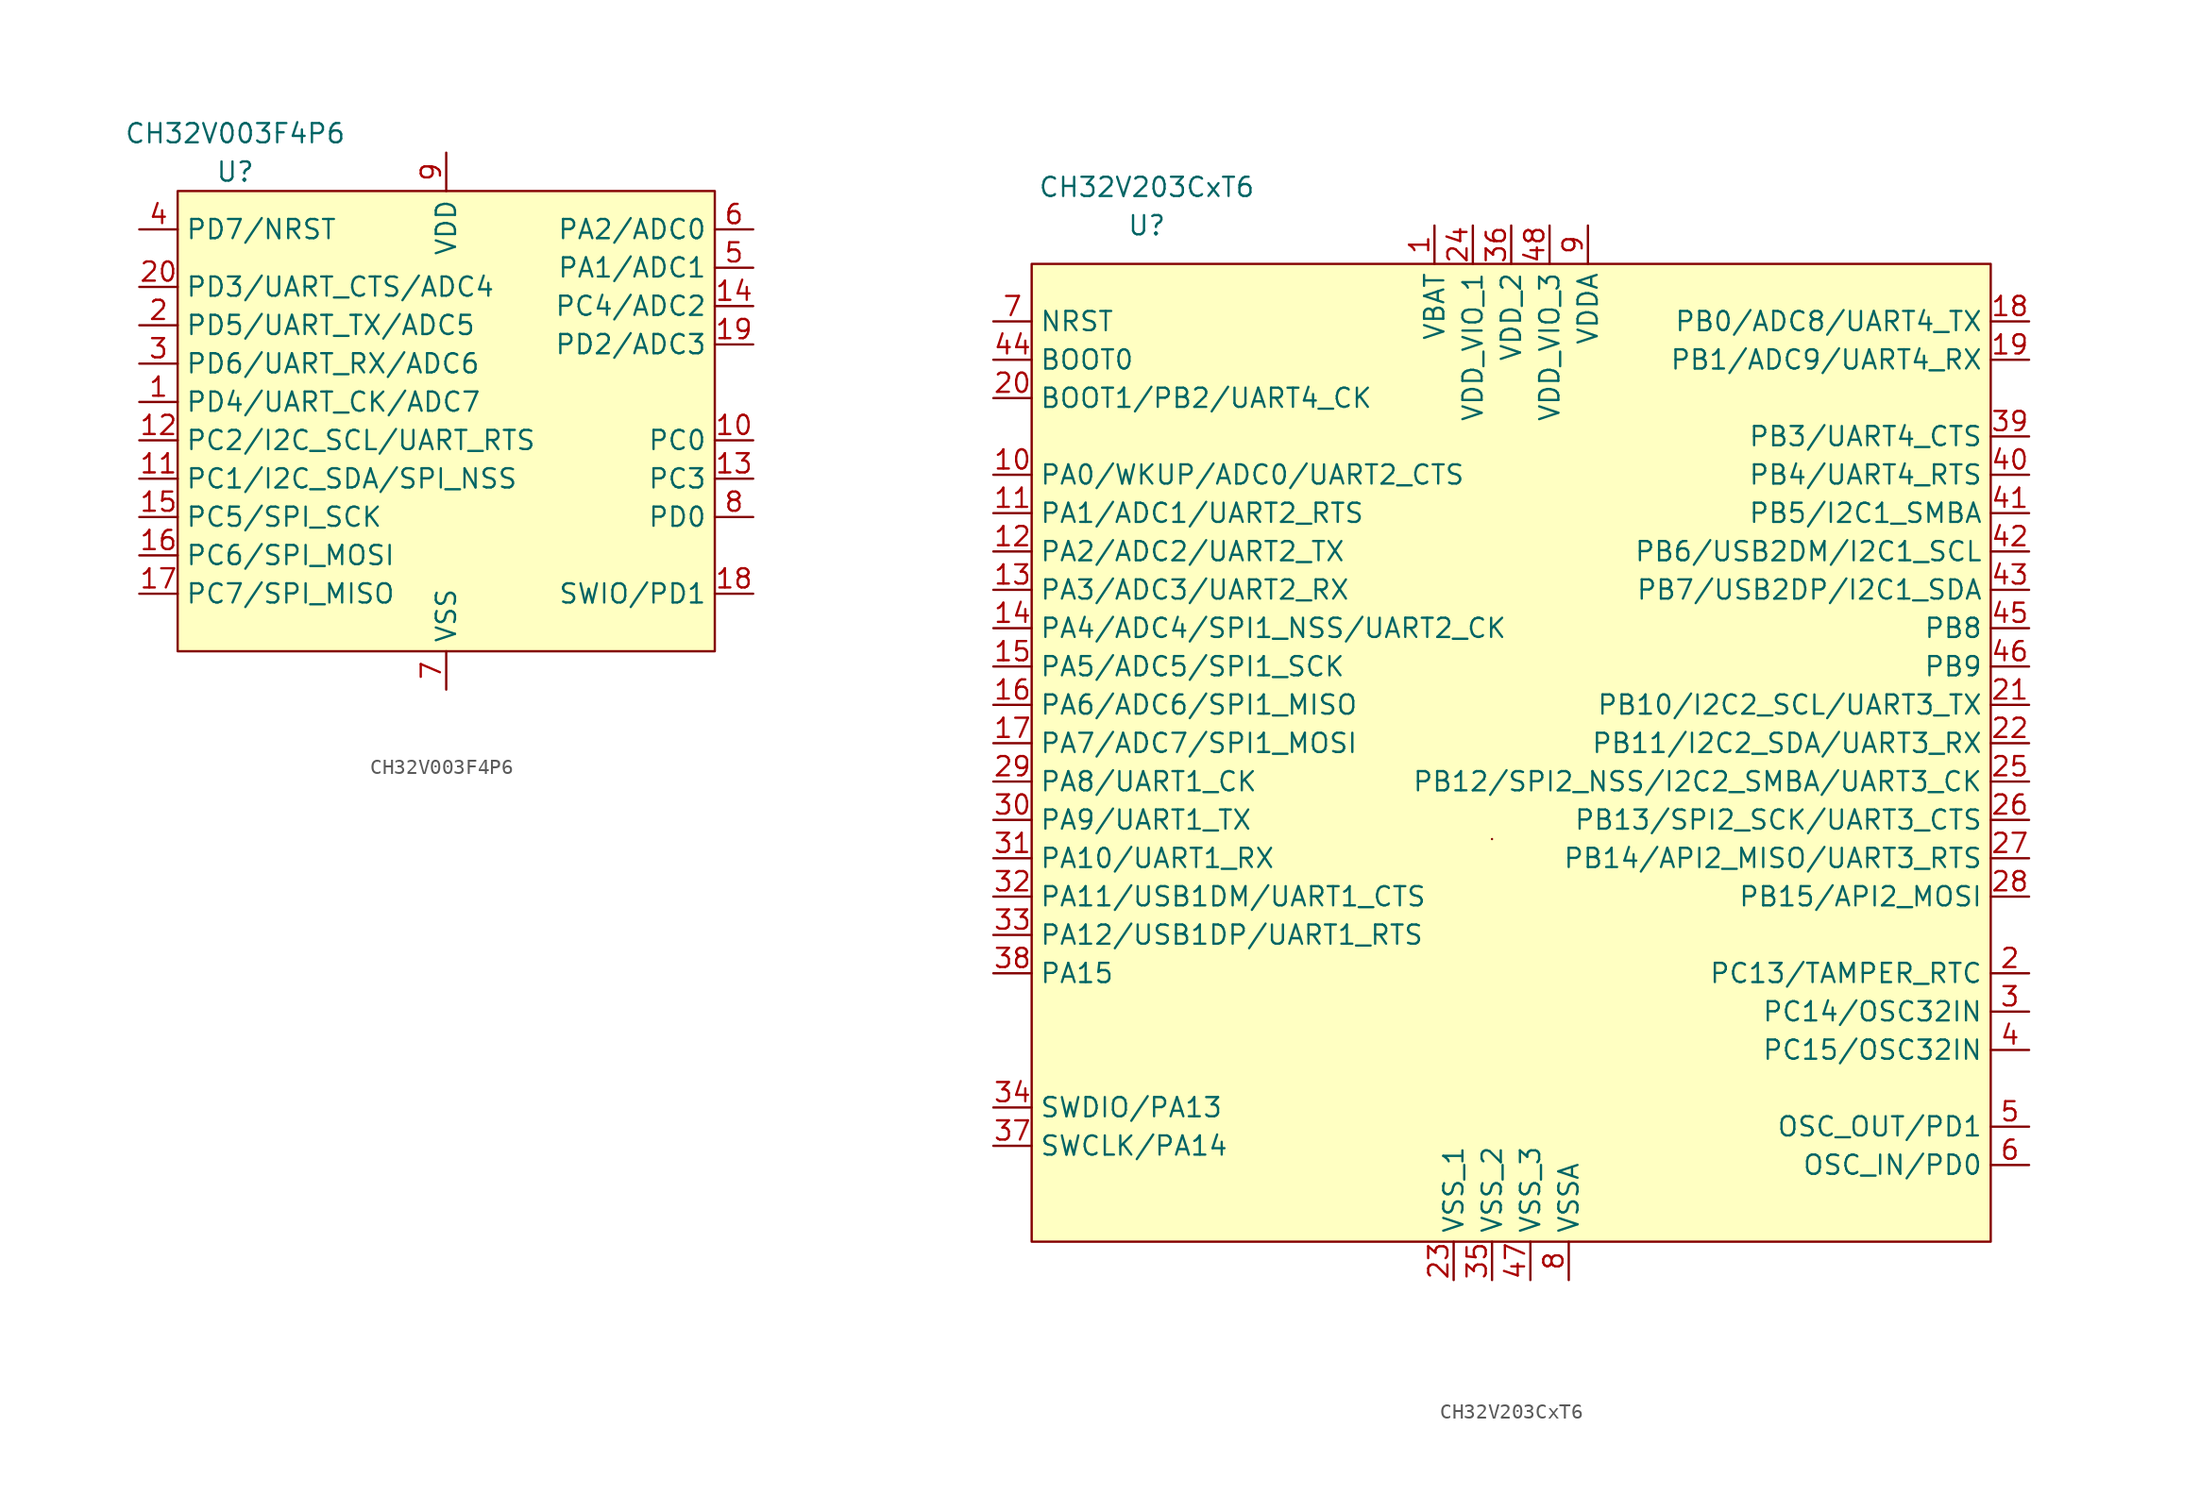
<source format=kicad_sym>
(kicad_symbol_lib
  (version 20211014)
  (generator kicad_symbol_editor)
  (symbol "CH32V003F4P6"
    (property "Reference" "U"
      (at -13.97 21.59 0)
      (effects (font (size 1.27 1.27))))
    (property "Value" "CH32V003F4P6"
      (at -13.97 24.13 0)
      (effects (font (size 1.27 1.27))))
    (symbol "CH32V003F4P6_0_1"
      (rectangle (start -17.78 20.32) (end 17.78 -10.16) (stroke (width 0.152) (type default) (color 0 0 0 0)) (fill (type background))))
    (symbol "CH32V003F4P6_1_1"
      (pin bidirectional line (at -20.32 6.35 0) (length 2.54) (name "PD4/UART_CK/ADC7" (effects (font (size 1.27 1.27)))) (number "1" (effects (font (size 1.27 1.27)))))
      (pin bidirectional line (at 20.32 3.81 180) (length 2.54) (name "PC0" (effects (font (size 1.27 1.27)))) (number "10" (effects (font (size 1.27 1.27)))))
      (pin bidirectional line (at -20.32 1.27 0) (length 2.54) (name "PC1/I2C_SDA/SPI_NSS" (effects (font (size 1.27 1.27)))) (number "11" (effects (font (size 1.27 1.27)))))
      (pin bidirectional line (at -20.32 3.81 0) (length 2.54) (name "PC2/I2C_SCL/UART_RTS" (effects (font (size 1.27 1.27)))) (number "12" (effects (font (size 1.27 1.27)))))
      (pin bidirectional line (at 20.32 1.27 180) (length 2.54) (name "PC3" (effects (font (size 1.27 1.27)))) (number "13" (effects (font (size 1.27 1.27)))))
      (pin bidirectional line (at 20.32 12.7 180) (length 2.54) (name "PC4/ADC2" (effects (font (size 1.27 1.27)))) (number "14" (effects (font (size 1.27 1.27)))))
      (pin bidirectional line (at -20.32 -1.27 0) (length 2.54) (name "PC5/SPI_SCK" (effects (font (size 1.27 1.27)))) (number "15" (effects (font (size 1.27 1.27)))))
      (pin bidirectional line (at -20.32 -3.81 0) (length 2.54) (name "PC6/SPI_MOSI" (effects (font (size 1.27 1.27)))) (number "16" (effects (font (size 1.27 1.27)))))
      (pin bidirectional line (at -20.32 -6.35 0) (length 2.54) (name "PC7/SPI_MISO" (effects (font (size 1.27 1.27)))) (number "17" (effects (font (size 1.27 1.27)))))
      (pin bidirectional line (at 20.32 -6.35 180) (length 2.54) (name "SWIO/PD1" (effects (font (size 1.27 1.27)))) (number "18" (effects (font (size 1.27 1.27)))))
      (pin bidirectional line (at 20.32 10.16 180) (length 2.54) (name "PD2/ADC3" (effects (font (size 1.27 1.27)))) (number "19" (effects (font (size 1.27 1.27)))))
      (pin bidirectional line (at -20.32 11.43 0) (length 2.54) (name "PD5/UART_TX/ADC5" (effects (font (size 1.27 1.27)))) (number "2" (effects (font (size 1.27 1.27)))))
      (pin bidirectional line (at -20.32 13.97 0) (length 2.54) (name "PD3/UART_CTS/ADC4" (effects (font (size 1.27 1.27)))) (number "20" (effects (font (size 1.27 1.27)))))
      (pin bidirectional line (at -20.32 8.89 0) (length 2.54) (name "PD6/UART_RX/ADC6" (effects (font (size 1.27 1.27)))) (number "3" (effects (font (size 1.27 1.27)))))
      (pin bidirectional line (at -20.32 17.78 0) (length 2.54) (name "PD7/NRST" (effects (font (size 1.27 1.27)))) (number "4" (effects (font (size 1.27 1.27)))))
      (pin bidirectional line (at 20.32 15.24 180) (length 2.54) (name "PA1/ADC1" (effects (font (size 1.27 1.27)))) (number "5" (effects (font (size 1.27 1.27)))))
      (pin bidirectional line (at 20.32 17.78 180) (length 2.54) (name "PA2/ADC0" (effects (font (size 1.27 1.27)))) (number "6" (effects (font (size 1.27 1.27)))))
      (pin power_in line (at 0 -12.7 90) (length 2.54) (name "VSS" (effects (font (size 1.27 1.27)))) (number "7" (effects (font (size 1.27 1.27)))))
      (pin bidirectional line (at 20.32 -1.27 180) (length 2.54) (name "PD0" (effects (font (size 1.27 1.27)))) (number "8" (effects (font (size 1.27 1.27)))))
      (pin power_in line (at 0 22.86 270) (length 2.54) (name "VDD" (effects (font (size 1.27 1.27)))) (number "9" (effects (font (size 1.27 1.27)))))))
  (symbol "CH32V203CxT6"
    (property "Reference" "U"
      (at -24.13 25.4 0)
      (effects (font (size 1.27 1.27))))
    (property "Value" "CH32V203CxT6"
      (at -24.13 27.94 0)
      (effects (font (size 1.27 1.27))))
    (symbol "CH32V203CxT6_0_1"
      (rectangle (start -31.75 22.86) (end 31.75 -41.91) (stroke (width 0.152) (type default) (color 0 0 0 0)) (fill (type background)))
      (rectangle (start -1.27 -15.24) (end -1.27 -15.24) (stroke (width 0.152) (type default) (color 0 0 0 0)) (fill (type none))))
    (symbol "CH32V203CxT6_1_1"
      (pin power_in line (at -5.08 25.4 270) (length 2.54) (name "VBAT" (effects (font (size 1.27 1.27)))) (number "1" (effects (font (size 1.27 1.27)))))
      (pin bidirectional line (at -34.29 8.89 0) (length 2.54) (name "PA0/WKUP/ADC0/UART2_CTS" (effects (font (size 1.27 1.27)))) (number "10" (effects (font (size 1.27 1.27)))))
      (pin bidirectional line (at -34.29 6.35 0) (length 2.54) (name "PA1/ADC1/UART2_RTS" (effects (font (size 1.27 1.27)))) (number "11" (effects (font (size 1.27 1.27)))))
      (pin bidirectional line (at -34.29 3.81 0) (length 2.54) (name "PA2/ADC2/UART2_TX" (effects (font (size 1.27 1.27)))) (number "12" (effects (font (size 1.27 1.27)))))
      (pin bidirectional line (at -34.29 1.27 0) (length 2.54) (name "PA3/ADC3/UART2_RX" (effects (font (size 1.27 1.27)))) (number "13" (effects (font (size 1.27 1.27)))))
      (pin bidirectional line (at -34.29 -1.27 0) (length 2.54) (name "PA4/ADC4/SPI1_NSS/UART2_CK" (effects (font (size 1.27 1.27)))) (number "14" (effects (font (size 1.27 1.27)))))
      (pin bidirectional line (at -34.29 -3.81 0) (length 2.54) (name "PA5/ADC5/SPI1_SCK" (effects (font (size 1.27 1.27)))) (number "15" (effects (font (size 1.27 1.27)))))
      (pin bidirectional line (at -34.29 -6.35 0) (length 2.54) (name "PA6/ADC6/SPI1_MISO" (effects (font (size 1.27 1.27)))) (number "16" (effects (font (size 1.27 1.27)))))
      (pin bidirectional line (at -34.29 -8.89 0) (length 2.54) (name "PA7/ADC7/SPI1_MOSI" (effects (font (size 1.27 1.27)))) (number "17" (effects (font (size 1.27 1.27)))))
      (pin bidirectional line (at 34.29 19.05 180) (length 2.54) (name "PB0/ADC8/UART4_TX" (effects (font (size 1.27 1.27)))) (number "18" (effects (font (size 1.27 1.27)))))
      (pin bidirectional line (at 34.29 16.51 180) (length 2.54) (name "PB1/ADC9/UART4_RX" (effects (font (size 1.27 1.27)))) (number "19" (effects (font (size 1.27 1.27)))))
      (pin bidirectional line (at 34.29 -24.13 180) (length 2.54) (name "PC13/TAMPER_RTC" (effects (font (size 1.27 1.27)))) (number "2" (effects (font (size 1.27 1.27)))))
      (pin bidirectional line (at -34.29 13.97 0) (length 2.54) (name "BOOT1/PB2/UART4_CK" (effects (font (size 1.27 1.27)))) (number "20" (effects (font (size 1.27 1.27)))))
      (pin bidirectional line (at 34.29 -6.35 180) (length 2.54) (name "PB10/I2C2_SCL/UART3_TX" (effects (font (size 1.27 1.27)))) (number "21" (effects (font (size 1.27 1.27)))))
      (pin bidirectional line (at 34.29 -8.89 180) (length 2.54) (name "PB11/I2C2_SDA/UART3_RX" (effects (font (size 1.27 1.27)))) (number "22" (effects (font (size 1.27 1.27)))))
      (pin power_in line (at -3.81 -44.45 90) (length 2.54) (name "VSS_1" (effects (font (size 1.27 1.27)))) (number "23" (effects (font (size 1.27 1.27)))))
      (pin power_in line (at -2.54 25.4 270) (length 2.54) (name "VDD_VIO_1" (effects (font (size 1.27 1.27)))) (number "24" (effects (font (size 1.27 1.27)))))
      (pin bidirectional line (at 34.29 -11.43 180) (length 2.54) (name "PB12/SPI2_NSS/I2C2_SMBA/UART3_CK" (effects (font (size 1.27 1.27)))) (number "25" (effects (font (size 1.27 1.27)))))
      (pin bidirectional line (at 34.29 -13.97 180) (length 2.54) (name "PB13/SPI2_SCK/UART3_CTS" (effects (font (size 1.27 1.27)))) (number "26" (effects (font (size 1.27 1.27)))))
      (pin bidirectional line (at 34.29 -16.51 180) (length 2.54) (name "PB14/API2_MISO/UART3_RTS" (effects (font (size 1.27 1.27)))) (number "27" (effects (font (size 1.27 1.27)))))
      (pin bidirectional line (at 34.29 -19.05 180) (length 2.54) (name "PB15/API2_MOSI" (effects (font (size 1.27 1.27)))) (number "28" (effects (font (size 1.27 1.27)))))
      (pin bidirectional line (at -34.29 -11.43 0) (length 2.54) (name "PA8/UART1_CK" (effects (font (size 1.27 1.27)))) (number "29" (effects (font (size 1.27 1.27)))))
      (pin bidirectional line (at 34.29 -26.67 180) (length 2.54) (name "PC14/OSC32IN" (effects (font (size 1.27 1.27)))) (number "3" (effects (font (size 1.27 1.27)))))
      (pin bidirectional line (at -34.29 -13.97 0) (length 2.54) (name "PA9/UART1_TX" (effects (font (size 1.27 1.27)))) (number "30" (effects (font (size 1.27 1.27)))))
      (pin bidirectional line (at -34.29 -16.51 0) (length 2.54) (name "PA10/UART1_RX" (effects (font (size 1.27 1.27)))) (number "31" (effects (font (size 1.27 1.27)))))
      (pin bidirectional line (at -34.29 -19.05 0) (length 2.54) (name "PA11/USB1DM/UART1_CTS" (effects (font (size 1.27 1.27)))) (number "32" (effects (font (size 1.27 1.27)))))
      (pin bidirectional line (at -34.29 -21.59 0) (length 2.54) (name "PA12/USB1DP/UART1_RTS" (effects (font (size 1.27 1.27)))) (number "33" (effects (font (size 1.27 1.27)))))
      (pin bidirectional line (at -34.29 -33.02 0) (length 2.54) (name "SWDIO/PA13" (effects (font (size 1.27 1.27)))) (number "34" (effects (font (size 1.27 1.27)))))
      (pin power_in line (at -1.27 -44.45 90) (length 2.54) (name "VSS_2" (effects (font (size 1.27 1.27)))) (number "35" (effects (font (size 1.27 1.27)))))
      (pin power_in line (at 0 25.4 270) (length 2.54) (name "VDD_2" (effects (font (size 1.27 1.27)))) (number "36" (effects (font (size 1.27 1.27)))))
      (pin bidirectional line (at -34.29 -35.56 0) (length 2.54) (name "SWCLK/PA14" (effects (font (size 1.27 1.27)))) (number "37" (effects (font (size 1.27 1.27)))))
      (pin bidirectional line (at -34.29 -24.13 0) (length 2.54) (name "PA15" (effects (font (size 1.27 1.27)))) (number "38" (effects (font (size 1.27 1.27)))))
      (pin bidirectional line (at 34.29 11.43 180) (length 2.54) (name "PB3/UART4_CTS" (effects (font (size 1.27 1.27)))) (number "39" (effects (font (size 1.27 1.27)))))
      (pin bidirectional line (at 34.29 -29.21 180) (length 2.54) (name "PC15/OSC32IN" (effects (font (size 1.27 1.27)))) (number "4" (effects (font (size 1.27 1.27)))))
      (pin bidirectional line (at 34.29 8.89 180) (length 2.54) (name "PB4/UART4_RTS" (effects (font (size 1.27 1.27)))) (number "40" (effects (font (size 1.27 1.27)))))
      (pin bidirectional line (at 34.29 6.35 180) (length 2.54) (name "PB5/I2C1_SMBA" (effects (font (size 1.27 1.27)))) (number "41" (effects (font (size 1.27 1.27)))))
      (pin bidirectional line (at 34.29 3.81 180) (length 2.54) (name "PB6/USB2DM/I2C1_SCL" (effects (font (size 1.27 1.27)))) (number "42" (effects (font (size 1.27 1.27)))))
      (pin bidirectional line (at 34.29 1.27 180) (length 2.54) (name "PB7/USB2DP/I2C1_SDA" (effects (font (size 1.27 1.27)))) (number "43" (effects (font (size 1.27 1.27)))))
      (pin input line (at -34.29 16.51 0) (length 2.54) (name "BOOT0" (effects (font (size 1.27 1.27)))) (number "44" (effects (font (size 1.27 1.27)))))
      (pin bidirectional line (at 34.29 -1.27 180) (length 2.54) (name "PB8" (effects (font (size 1.27 1.27)))) (number "45" (effects (font (size 1.27 1.27)))))
      (pin bidirectional line (at 34.29 -3.81 180) (length 2.54) (name "PB9" (effects (font (size 1.27 1.27)))) (number "46" (effects (font (size 1.27 1.27)))))
      (pin power_in line (at 1.27 -44.45 90) (length 2.54) (name "VSS_3" (effects (font (size 1.27 1.27)))) (number "47" (effects (font (size 1.27 1.27)))))
      (pin power_in line (at 2.54 25.4 270) (length 2.54) (name "VDD_VIO_3" (effects (font (size 1.27 1.27)))) (number "48" (effects (font (size 1.27 1.27)))))
      (pin bidirectional line (at 34.29 -34.29 180) (length 2.54) (name "OSC_OUT/PD1" (effects (font (size 1.27 1.27)))) (number "5" (effects (font (size 1.27 1.27)))))
      (pin bidirectional line (at 34.29 -36.83 180) (length 2.54) (name "OSC_IN/PD0" (effects (font (size 1.27 1.27)))) (number "6" (effects (font (size 1.27 1.27)))))
      (pin input line (at -34.29 19.05 0) (length 2.54) (name "NRST" (effects (font (size 1.27 1.27)))) (number "7" (effects (font (size 1.27 1.27)))))
      (pin power_in line (at 3.81 -44.45 90) (length 2.54) (name "VSSA" (effects (font (size 1.27 1.27)))) (number "8" (effects (font (size 1.27 1.27)))))
      (pin power_in line (at 5.08 25.4 270) (length 2.54) (name "VDDA" (effects (font (size 1.27 1.27)))) (number "9" (effects (font (size 1.27 1.27))))))))
</source>
